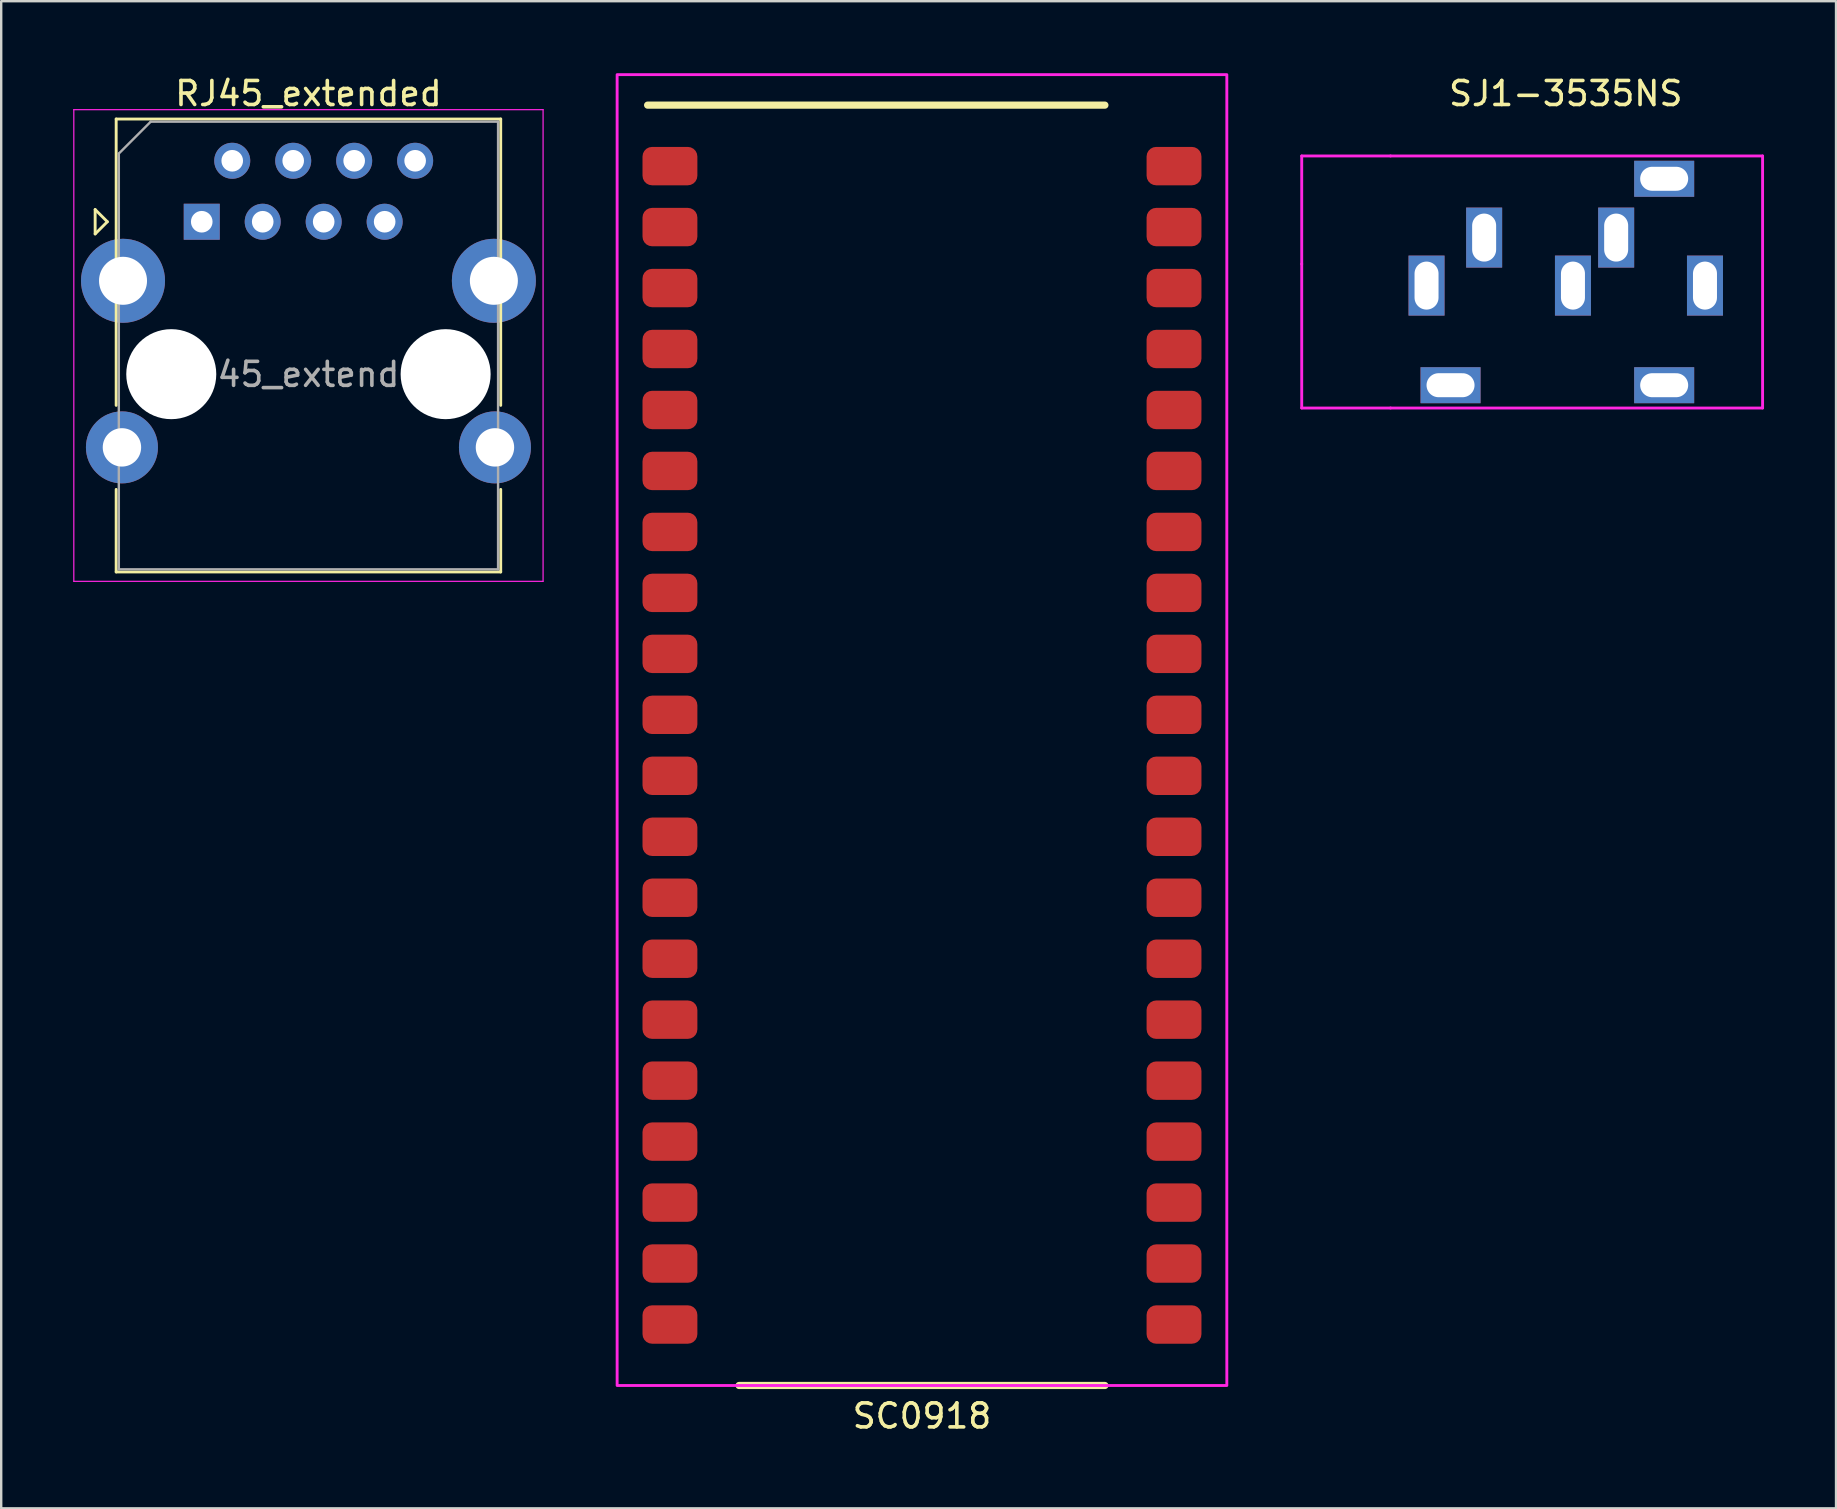
<source format=kicad_pcb>
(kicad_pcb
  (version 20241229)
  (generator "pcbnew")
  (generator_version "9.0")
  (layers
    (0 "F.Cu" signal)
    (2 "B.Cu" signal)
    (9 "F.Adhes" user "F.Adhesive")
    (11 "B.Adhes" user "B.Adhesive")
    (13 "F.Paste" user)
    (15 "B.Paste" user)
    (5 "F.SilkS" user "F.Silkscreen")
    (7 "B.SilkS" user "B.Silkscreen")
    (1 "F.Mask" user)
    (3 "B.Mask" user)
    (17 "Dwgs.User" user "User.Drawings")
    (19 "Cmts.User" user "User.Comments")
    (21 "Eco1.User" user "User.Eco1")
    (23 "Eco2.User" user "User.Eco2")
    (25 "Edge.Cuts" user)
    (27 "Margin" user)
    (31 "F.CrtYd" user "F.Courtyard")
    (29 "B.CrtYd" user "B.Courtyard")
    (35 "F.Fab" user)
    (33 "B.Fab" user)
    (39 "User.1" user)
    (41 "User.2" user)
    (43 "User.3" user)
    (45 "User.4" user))
  (footprint "SC0918"
    (layer "F.Cu")
    (at 35.36 28)
    (property "Reference" "SC0918" (at 0 27.94 0) (unlocked yes) (layer "F.SilkS") (effects (font (size 1 1) (thickness 0.15))))
    (attr smd)
    (fp_line (start -11.43 -26.67) (end 7.62 -26.67) (stroke (width 0.3) (type solid)) (layer "F.SilkS"))
    (fp_line (start -7.62 26.67) (end 7.62 26.67) (stroke (width 0.3) (type solid)) (layer "F.SilkS"))
    (fp_rect (start -12.7 -27.94) (end 12.7 26.67) (stroke (width 0.12) (type solid)) (fill no) (layer "F.CrtYd"))
    (pad "1" smd roundrect (at -10.5 -24.13) (size 2.286 1.6) (layers "F.Cu" "F.Mask" "F.Paste") (roundrect_rratio 0.25))
    (pad "2" smd roundrect (at -10.5 -21.59) (size 2.286 1.6) (layers "F.Cu" "F.Mask" "F.Paste") (roundrect_rratio 0.25))
    (pad "3" smd roundrect (at -10.5 -19.05) (size 2.286 1.6) (layers "F.Cu" "F.Mask" "F.Paste") (roundrect_rratio 0.25))
    (pad "4" smd roundrect (at -10.5 -16.51) (size 2.286 1.6) (layers "F.Cu" "F.Mask" "F.Paste") (roundrect_rratio 0.25))
    (pad "5" smd roundrect (at -10.5 -13.97) (size 2.286 1.6) (layers "F.Cu" "F.Mask" "F.Paste") (roundrect_rratio 0.25))
    (pad "6" smd roundrect (at -10.5 -11.43) (size 2.286 1.6) (layers "F.Cu" "F.Mask" "F.Paste") (roundrect_rratio 0.25))
    (pad "7" smd roundrect (at -10.5 -8.89) (size 2.286 1.6) (layers "F.Cu" "F.Mask" "F.Paste") (roundrect_rratio 0.25))
    (pad "8" smd roundrect (at -10.5 -6.35) (size 2.286 1.6) (layers "F.Cu" "F.Mask" "F.Paste") (roundrect_rratio 0.25))
    (pad "9" smd roundrect (at -10.5 -3.81) (size 2.286 1.6) (layers "F.Cu" "F.Mask" "F.Paste") (roundrect_rratio 0.25))
    (pad "10" smd roundrect (at -10.5 -1.27) (size 2.286 1.6) (layers "F.Cu" "F.Mask" "F.Paste") (roundrect_rratio 0.25))
    (pad "11" smd roundrect (at -10.5 1.27) (size 2.286 1.6) (layers "F.Cu" "F.Mask" "F.Paste") (roundrect_rratio 0.25))
    (pad "12" smd roundrect (at -10.5 3.81) (size 2.286 1.6) (layers "F.Cu" "F.Mask" "F.Paste") (roundrect_rratio 0.25))
    (pad "13" smd roundrect (at -10.5 6.35) (size 2.286 1.6) (layers "F.Cu" "F.Mask" "F.Paste") (roundrect_rratio 0.25))
    (pad "14" smd roundrect (at -10.5 8.89) (size 2.286 1.6) (layers "F.Cu" "F.Mask" "F.Paste") (roundrect_rratio 0.25))
    (pad "15" smd roundrect (at -10.5 11.43) (size 2.286 1.6) (layers "F.Cu" "F.Mask" "F.Paste") (roundrect_rratio 0.25))
    (pad "16" smd roundrect (at -10.5 13.97) (size 2.286 1.6) (layers "F.Cu" "F.Mask" "F.Paste") (roundrect_rratio 0.25))
    (pad "17" smd roundrect (at -10.5 16.51) (size 2.286 1.6) (layers "F.Cu" "F.Mask" "F.Paste") (roundrect_rratio 0.25))
    (pad "18" smd roundrect (at -10.5 19.05) (size 2.286 1.6) (layers "F.Cu" "F.Mask" "F.Paste") (roundrect_rratio 0.25))
    (pad "19" smd roundrect (at -10.5 21.59) (size 2.286 1.6) (layers "F.Cu" "F.Mask" "F.Paste") (roundrect_rratio 0.25))
    (pad "20" smd roundrect (at -10.5 24.13) (size 2.286 1.6) (layers "F.Cu" "F.Mask" "F.Paste") (roundrect_rratio 0.25))
    (pad "21" smd roundrect (at 10.5 24.13) (size 2.286 1.6) (layers "F.Cu" "F.Mask" "F.Paste") (roundrect_rratio 0.25))
    (pad "22" smd roundrect (at 10.5 21.59) (size 2.286 1.6) (layers "F.Cu" "F.Mask" "F.Paste") (roundrect_rratio 0.25))
    (pad "23" smd roundrect (at 10.5 19.05) (size 2.286 1.6) (layers "F.Cu" "F.Mask" "F.Paste") (roundrect_rratio 0.25))
    (pad "24" smd roundrect (at 10.5 16.51) (size 2.286 1.6) (layers "F.Cu" "F.Mask" "F.Paste") (roundrect_rratio 0.25))
    (pad "25" smd roundrect (at 10.5 13.97) (size 2.286 1.6) (layers "F.Cu" "F.Mask" "F.Paste") (roundrect_rratio 0.25))
    (pad "26" smd roundrect (at 10.5 11.43) (size 2.286 1.6) (layers "F.Cu" "F.Mask" "F.Paste") (roundrect_rratio 0.25))
    (pad "27" smd roundrect (at 10.5 8.89) (size 2.286 1.6) (layers "F.Cu" "F.Mask" "F.Paste") (roundrect_rratio 0.25))
    (pad "28" smd roundrect (at 10.5 6.35) (size 2.286 1.6) (layers "F.Cu" "F.Mask" "F.Paste") (roundrect_rratio 0.25))
    (pad "29" smd roundrect (at 10.5 3.81) (size 2.286 1.6) (layers "F.Cu" "F.Mask" "F.Paste") (roundrect_rratio 0.25))
    (pad "30" smd roundrect (at 10.5 1.27) (size 2.286 1.6) (layers "F.Cu" "F.Mask" "F.Paste") (roundrect_rratio 0.25))
    (pad "31" smd roundrect (at 10.5 -1.27) (size 2.286 1.6) (layers "F.Cu" "F.Mask" "F.Paste") (roundrect_rratio 0.25))
    (pad "32" smd roundrect (at 10.5 -3.81) (size 2.286 1.6) (layers "F.Cu" "F.Mask" "F.Paste") (roundrect_rratio 0.25))
    (pad "33" smd roundrect (at 10.5 -6.35) (size 2.286 1.6) (layers "F.Cu" "F.Mask" "F.Paste") (roundrect_rratio 0.25))
    (pad "34" smd roundrect (at 10.5 -8.89) (size 2.286 1.6) (layers "F.Cu" "F.Mask" "F.Paste") (roundrect_rratio 0.25))
    (pad "35" smd roundrect (at 10.5 -11.43) (size 2.286 1.6) (layers "F.Cu" "F.Mask" "F.Paste") (roundrect_rratio 0.25))
    (pad "36" smd roundrect (at 10.5 -13.97) (size 2.286 1.6) (layers "F.Cu" "F.Mask" "F.Paste") (roundrect_rratio 0.25))
    (pad "37" smd roundrect (at 10.5 -16.51) (size 2.286 1.6) (layers "F.Cu" "F.Mask" "F.Paste") (roundrect_rratio 0.25))
    (pad "38" smd roundrect (at 10.5 -19.05) (size 2.286 1.6) (layers "F.Cu" "F.Mask" "F.Paste") (roundrect_rratio 0.25))
    (pad "39" smd roundrect (at 10.5 -21.59) (size 2.286 1.6) (layers "F.Cu" "F.Mask" "F.Paste") (roundrect_rratio 0.25))
    (pad "40" smd roundrect (at 10.5 -24.13) (size 2.286 1.6) (layers "F.Cu" "F.Mask" "F.Paste") (roundrect_rratio 0.25)))
  (footprint "SJ1-3535NS"
    (layer "F.Cu")
    (at 56.38 7.948)
    (property "Reference" "SJ1-3535NS" (at 5.8 -7.1 0) (layer "F.SilkS") (effects (font (size 1 1) (thickness 0.15))))
    (attr through_hole)
    (fp_line (start -5.2 -4.5) (end -5.2 0) (stroke (width 0.12) (type solid)) (layer "F.CrtYd"))
    (fp_line (start -5.2 -4.5) (end -1.5 -4.5) (stroke (width 0.12) (type solid)) (layer "F.CrtYd"))
    (fp_line (start -5.2 0) (end -5.2 6) (stroke (width 0.12) (type solid)) (layer "F.CrtYd"))
    (fp_line (start -1.5 6) (end -5.2 6) (stroke (width 0.12) (type solid)) (layer "F.CrtYd"))
    (fp_line (start -1.5 6) (end 14 6) (stroke (width 0.12) (type solid)) (layer "F.CrtYd"))
    (fp_line (start 14 -4.5) (end -1.5 -4.5) (stroke (width 0.12) (type solid)) (layer "F.CrtYd"))
    (fp_line (start 14 6) (end 14 -4.5) (stroke (width 0.12) (type solid)) (layer "F.CrtYd"))
    (pad "1" thru_hole rect (at 0 0.9) (size 1.5 2.5) (drill oval 1 2) (layers "*.Cu" "*.Mask"))
    (pad "2" thru_hole rect (at 2.4 -1.1) (size 1.5 2.5) (drill oval 1 2) (layers "*.Cu" "*.Mask"))
    (pad "3" thru_hole rect (at 7.9 -1.1) (size 1.5 2.5) (drill oval 1 2) (layers "*.Cu" "*.Mask"))
    (pad "4" thru_hole rect (at 11.6 0.9) (size 1.5 2.5) (drill oval 1 2) (layers "*.Cu" "*.Mask"))
    (pad "5" thru_hole rect (at 6.1 0.9) (size 1.5 2.5) (drill oval 1 2) (layers "*.Cu" "*.Mask"))
    (pad "S1" thru_hole rect (at 1 5.05 90) (size 1.5 2.5) (drill oval 1 2) (layers "*.Cu" "*.Mask"))
    (pad "S2" thru_hole rect (at 9.9 5.05 90) (size 1.5 2.5) (drill oval 1 2) (layers "*.Cu" "*.Mask"))
    (pad "S3" thru_hole rect (at 9.9 -3.55 90) (size 1.5 2.5) (drill oval 1 2) (layers "*.Cu" "*.Mask")))
  (footprint "RJ45_extended"
    (layer "F.Cu")
    (at 5.355 6.188)
    (property "Reference" "RJ45_extended" (at 4.445 -5.34 0) (layer "F.SilkS") (effects (font (size 1 1) (thickness 0.15))))
    (attr through_hole)
    (fp_line (start -4.441 -0.508) (end -4.441 0.508) (stroke (width 0.12) (type solid)) (layer "F.SilkS"))
    (fp_line (start -4.441 0.508) (end -3.933 0) (stroke (width 0.12) (type solid)) (layer "F.SilkS"))
    (fp_line (start -3.933 0) (end -4.441 -0.508) (stroke (width 0.12) (type solid)) (layer "F.SilkS"))
    (fp_line (start -3.565 -4.28) (end -3.565 7.65) (stroke (width 0.12) (type solid)) (layer "F.SilkS"))
    (fp_line (start -3.565 11.15) (end -3.565 14.59) (stroke (width 0.12) (type solid)) (layer "F.SilkS"))
    (fp_line (start 12.455 -4.28) (end -3.565 -4.28) (stroke (width 0.12) (type solid)) (layer "F.SilkS"))
    (fp_line (start 12.455 -4.28) (end 12.455 7.65) (stroke (width 0.12) (type solid)) (layer "F.SilkS"))
    (fp_line (start 12.455 11.15) (end 12.455 14.59) (stroke (width 0.12) (type solid)) (layer "F.SilkS"))
    (fp_line (start 12.455 14.59) (end -3.565 14.59) (stroke (width 0.12) (type solid)) (layer "F.SilkS"))
    (fp_line (start -5.33 -4.67) (end 14.22 -4.67) (stroke (width 0.05) (type solid)) (layer "F.CrtYd"))
    (fp_line (start -5.33 14.98) (end -5.33 -4.67) (stroke (width 0.05) (type solid)) (layer "F.CrtYd"))
    (fp_line (start 14.22 -4.67) (end 14.22 14.98) (stroke (width 0.05) (type solid)) (layer "F.CrtYd"))
    (fp_line (start 14.22 14.98) (end -5.33 14.98) (stroke (width 0.05) (type solid)) (layer "F.CrtYd"))
    (fp_line (start -3.455 -2.84) (end -3.455 14.48) (stroke (width 0.1) (type solid)) (layer "F.Fab"))
    (fp_line (start -3.455 -2.84) (end -2.125 -4.17) (stroke (width 0.1) (type solid)) (layer "F.Fab"))
    (fp_line (start 12.345 -4.17) (end -2.125 -4.17) (stroke (width 0.1) (type solid)) (layer "F.Fab"))
    (fp_line (start 12.345 14.48) (end -3.455 14.48) (stroke (width 0.1) (type solid)) (layer "F.Fab"))
    (fp_line (start 12.345 14.48) (end 12.345 -4.17) (stroke (width 0.1) (type solid)) (layer "F.Fab"))
    (fp_text user "${REFERENCE}" (at 4.445 6.36 0) (layer "F.Fab") (effects (font (size 1 1) (thickness 0.15))))
    (pad "" np_thru_hole circle (at -1.27 6.35) (size 3.75 3.75) (drill 3.75) (layers "*.Cu" "*.Mask"))
    (pad "" np_thru_hole circle (at 10.16 6.35 180) (size 3.75 3.75) (drill 3.75) (layers "*.Cu" "*.Mask"))
    (pad "1" thru_hole rect (at 0 0 180) (size 1.5 1.5) (drill 0.9) (layers "*.Cu" "*.Mask"))
    (pad "2" thru_hole circle (at 1.27 -2.54 180) (size 1.5 1.5) (drill 0.9) (layers "*.Cu" "*.Mask"))
    (pad "3" thru_hole circle (at 2.54 0 180) (size 1.5 1.5) (drill 0.9) (layers "*.Cu" "*.Mask"))
    (pad "4" thru_hole circle (at 3.81 -2.54 180) (size 1.5 1.5) (drill 0.9) (layers "*.Cu" "*.Mask"))
    (pad "5" thru_hole circle (at 5.08 0 180) (size 1.5 1.5) (drill 0.9) (layers "*.Cu" "*.Mask"))
    (pad "6" thru_hole circle (at 6.35 -2.54 180) (size 1.5 1.5) (drill 0.9) (layers "*.Cu" "*.Mask"))
    (pad "7" thru_hole circle (at 7.62 0 180) (size 1.5 1.5) (drill 0.9) (layers "*.Cu" "*.Mask"))
    (pad "8" thru_hole circle (at 8.89 -2.54 180) (size 1.5 1.5) (drill 0.9) (layers "*.Cu" "*.Mask"))
    (pad "SH" thru_hole circle (at -3.325 9.4) (size 3 3) (drill 1.6) (layers "*.Cu" "*.Mask"))
    (pad "SH" thru_hole circle (at -3.28 2.46) (size 3.5 3.5) (drill 2) (layers "*.Cu" "*.Mask"))
    (pad "SH" thru_hole circle (at 12.17 2.46) (size 3.5 3.5) (drill 2) (layers "*.Cu" "*.Mask"))
    (pad "SH" thru_hole circle (at 12.215 9.4 180) (size 3 3) (drill 1.6) (layers "*.Cu" "*.Mask")))
  (gr_rect
    (start -3 -3)
    (end 73.44 59.788)
    (stroke (width 0.1) (type default))
    (fill no)
    (layer "Edge.Cuts")))
</source>
